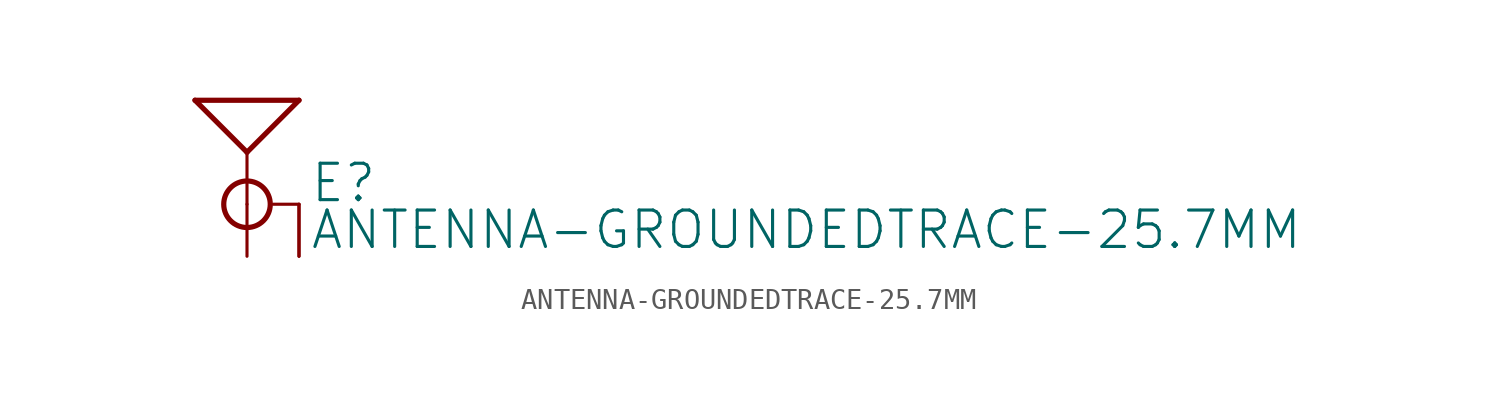
<source format=kicad_sym>
(kicad_symbol_lib
  (version 20211014)
  (generator kicad_symbol_editor)
  (symbol "ANTENNA-GROUNDEDTRACE-25.7MM"
    (property "Reference" "E"
      (at 3.048 0 0)
      (effects (font (size 1.778 1.778)) (justify left bottom)))
    (property "Value" "ANTENNA-GROUNDEDTRACE-25.7MM"
      (at 3.048 -2.286 0)
      (effects (font (size 1.778 1.778)) (justify left bottom)))
    (property "ki_locked" ""
      (at 0 0 0)
      (effects (font (size 1.27 1.27))))
    (symbol "ANTENNA-GROUNDEDTRACE-25.7MM_1_0"
      (polyline (pts (xy -2.54 5.08) (xy 2.54 5.08)) (stroke (width 0.254) (type default) (color 0 0 0 0)) (fill (type none)))
      (polyline (pts (xy 0 2.54) (xy -2.54 5.08)) (stroke (width 0.254) (type default) (color 0 0 0 0)) (fill (type none)))
      (polyline (pts (xy 0 2.54) (xy 0 0)) (stroke (width 0.152) (type default) (color 0 0 0 0)) (fill (type none)))
      (polyline (pts (xy 0 2.54) (xy 2.54 5.08)) (stroke (width 0.254) (type default) (color 0 0 0 0)) (fill (type none)))
      (polyline (pts (xy 1.27 0) (xy 2.54 0)) (stroke (width 0.152) (type default) (color 0 0 0 0)) (fill (type none)))
      (circle (center 0 0) (radius 1.136) (stroke (width 0.254) (type default) (color 0 0 0 0)) (fill (type none)))
      (pin bidirectional line (at 0 -2.54 90) (length 2.54) (name "SIGNAL" (effects (font (size 0 0)))) (number "ANT" (effects (font (size 0 0)))))
      (pin bidirectional line (at 2.54 -2.54 90) (length 2.54) (name "GND" (effects (font (size 0 0)))) (number "GND" (effects (font (size 0 0)))))
      (pin bidirectional line (at 2.54 -2.54 90) (length 2.54) (name "GND" (effects (font (size 0 0)))) (number "GND2" (effects (font (size 0 0))))))))
</source>
